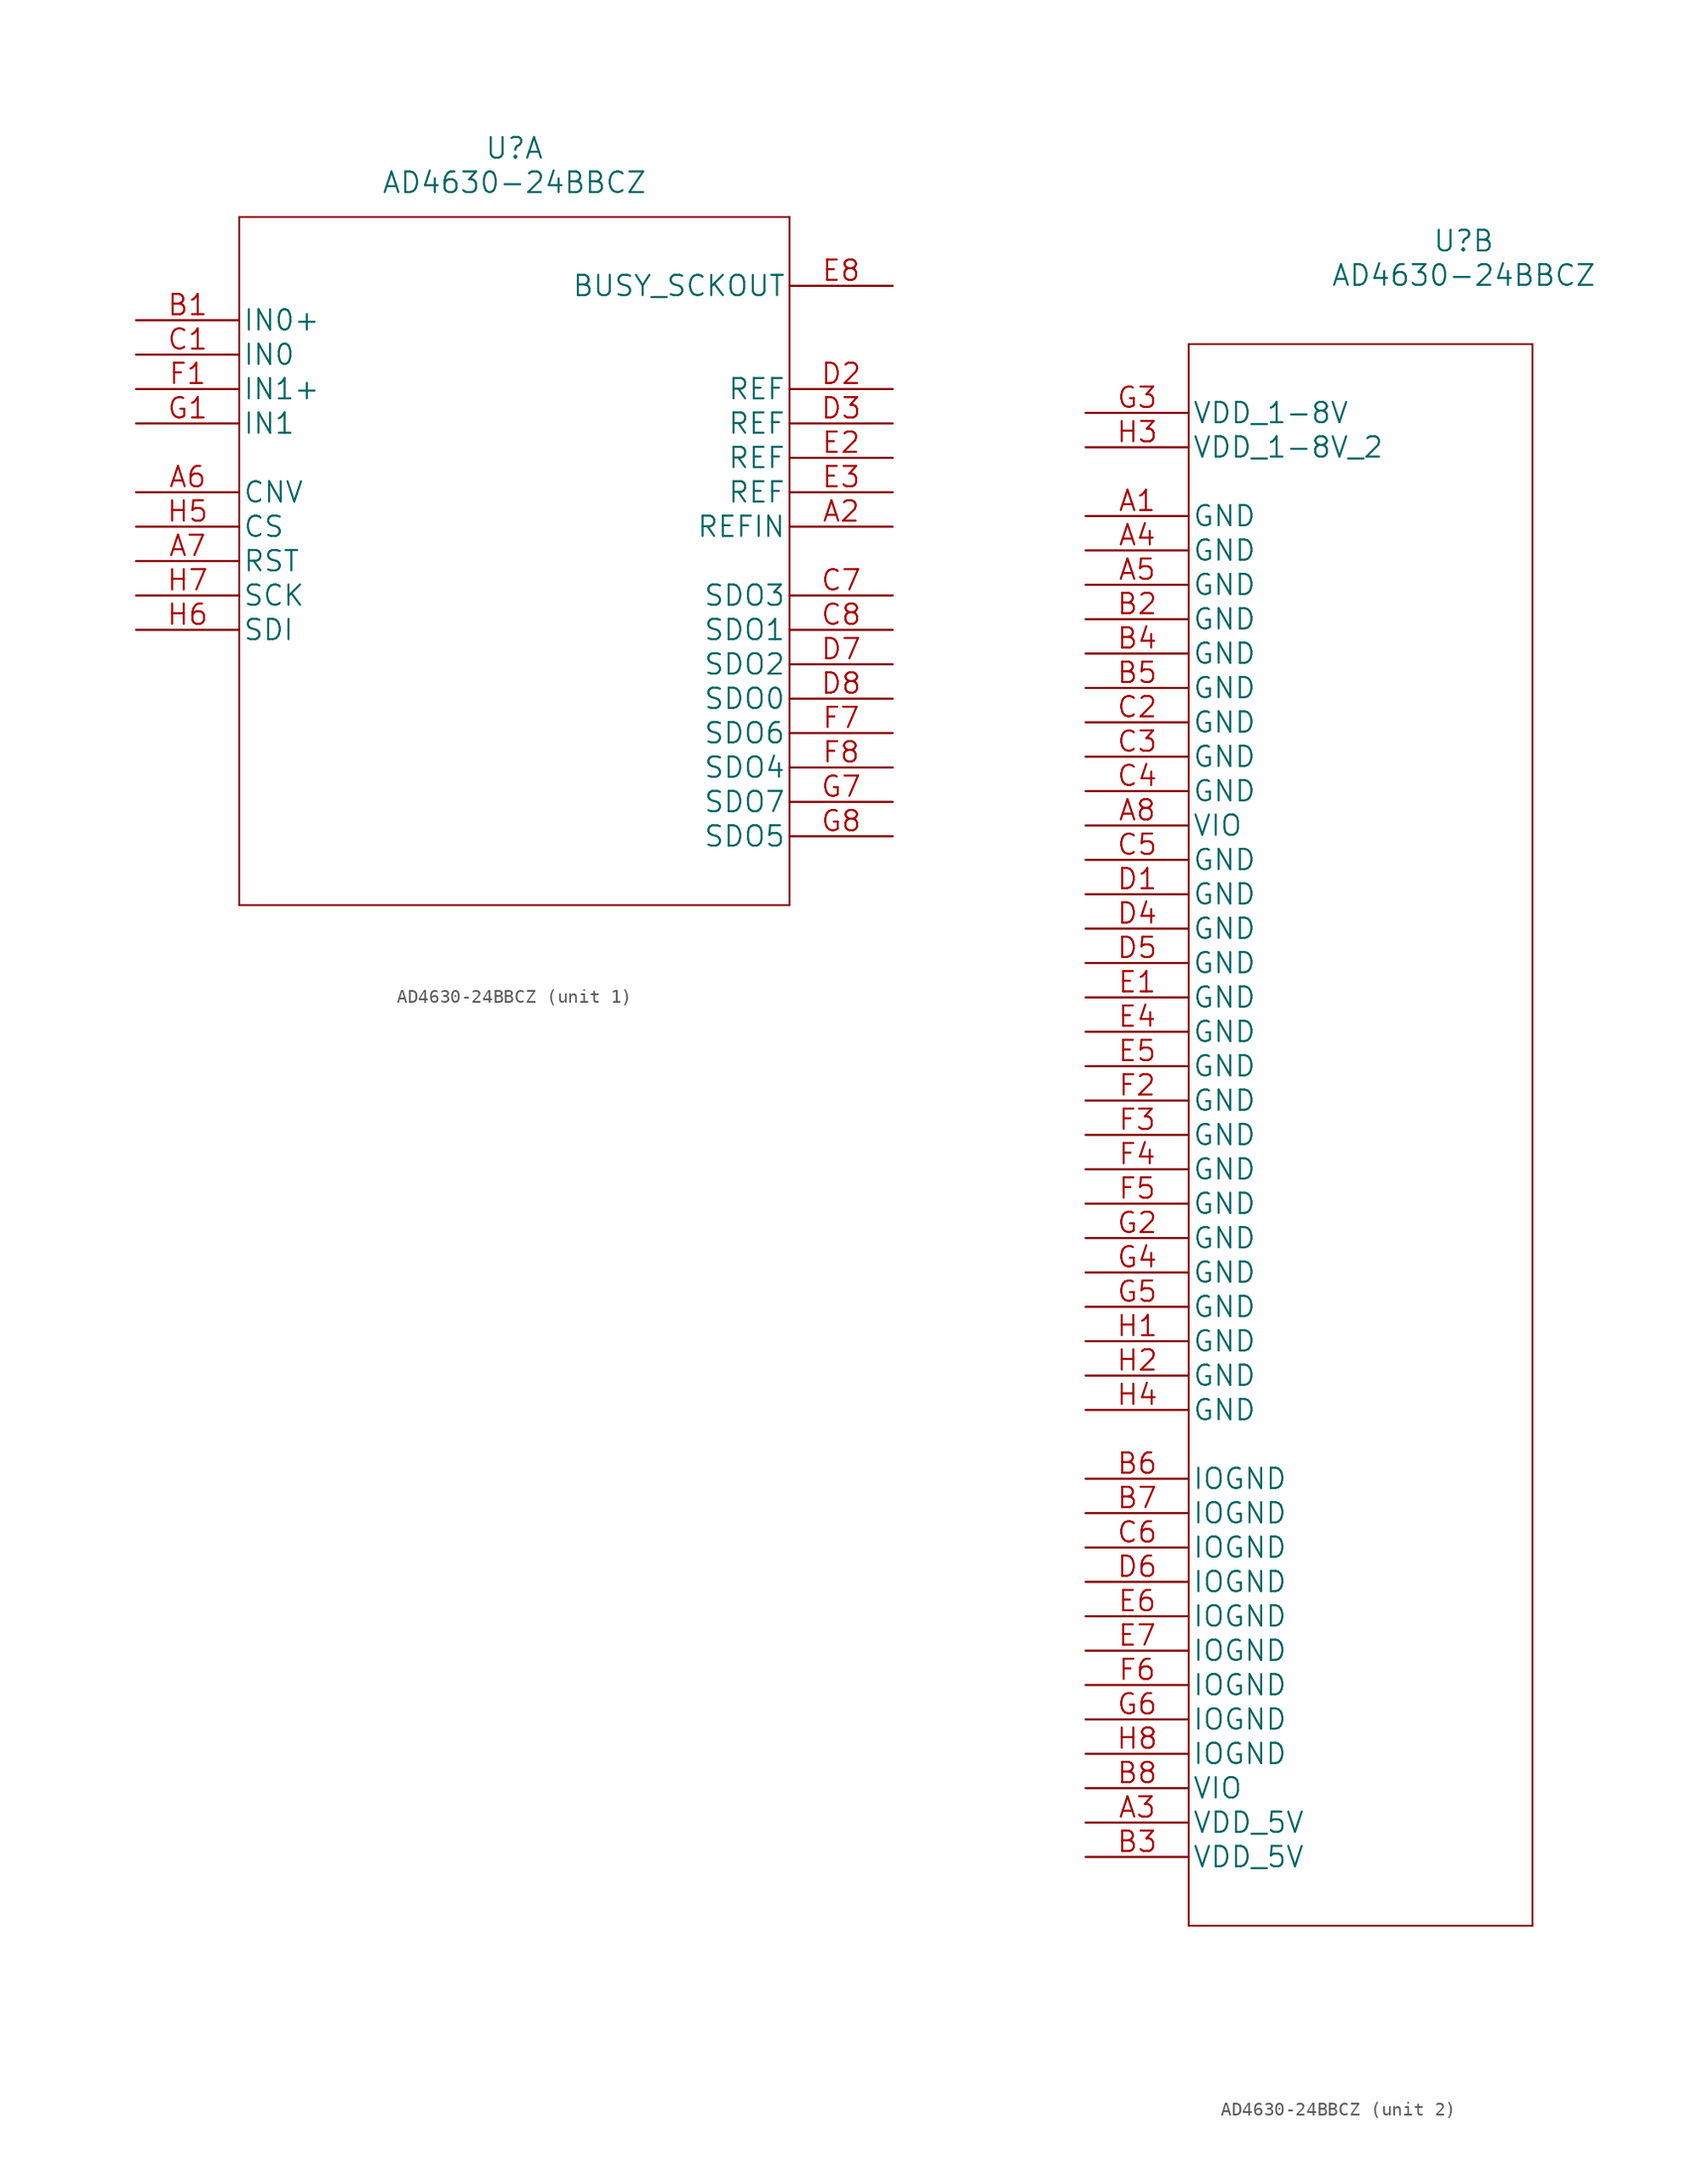
<source format=kicad_sym>
(kicad_symbol_lib
  (version 20211014)
  (generator kicad_symbol_editor)
  (symbol "AD4630-24BBCZ"
    (pin_names
      (offset 0.254))
    (property "Reference" "U"
      (at 27.94 12.7 0)
      (effects (font (size 1.524 1.524))))
    (property "Value" "AD4630-24BBCZ"
      (at 27.94 10.16 0)
      (effects (font (size 1.524 1.524))))
    (property "Datasheet" ""
      (at 0 0 0)
      (effects (font (size 1.524 1.524))))
    (property "ki_locked" ""
      (at 0 0 0)
      (effects (font (size 1.27 1.27))))
    (symbol "AD4630-24BBCZ_1_1"
      (polyline (pts (xy 7.62 -43.18) (xy 48.26 -43.18)) (stroke (width 0.127) (type default) (color 0 0 0 0)) (fill (type none)))
      (polyline (pts (xy 7.62 7.62) (xy 7.62 -43.18)) (stroke (width 0.127) (type default) (color 0 0 0 0)) (fill (type none)))
      (polyline (pts (xy 48.26 -43.18) (xy 48.26 7.62)) (stroke (width 0.127) (type default) (color 0 0 0 0)) (fill (type none)))
      (polyline (pts (xy 48.26 7.62) (xy 7.62 7.62)) (stroke (width 0.127) (type default) (color 0 0 0 0)) (fill (type none)))
      (pin unspecified line (at 55.88 -15.24 180) (length 7.62) (name "REFIN" (effects (font (size 1.499 1.499)))) (number "A2" (effects (font (size 1.499 1.499)))))
      (pin unspecified line (at 0 -12.7 0) (length 7.62) (name "CNV" (effects (font (size 1.499 1.499)))) (number "A6" (effects (font (size 1.499 1.499)))))
      (pin unspecified line (at 0 -17.78 0) (length 7.62) (name "RST" (effects (font (size 1.499 1.499)))) (number "A7" (effects (font (size 1.499 1.499)))))
      (pin unspecified line (at 0 0 0) (length 7.62) (name "IN0+" (effects (font (size 1.499 1.499)))) (number "B1" (effects (font (size 1.499 1.499)))))
      (pin unspecified line (at 0 -2.54 0) (length 7.62) (name "IN0" (effects (font (size 1.499 1.499)))) (number "C1" (effects (font (size 1.499 1.499)))))
      (pin unspecified line (at 55.88 -20.32 180) (length 7.62) (name "SDO3" (effects (font (size 1.499 1.499)))) (number "C7" (effects (font (size 1.499 1.499)))))
      (pin unspecified line (at 55.88 -22.86 180) (length 7.62) (name "SDO1" (effects (font (size 1.499 1.499)))) (number "C8" (effects (font (size 1.499 1.499)))))
      (pin unspecified line (at 55.88 -5.08 180) (length 7.62) (name "REF" (effects (font (size 1.499 1.499)))) (number "D2" (effects (font (size 1.499 1.499)))))
      (pin unspecified line (at 55.88 -7.62 180) (length 7.62) (name "REF" (effects (font (size 1.499 1.499)))) (number "D3" (effects (font (size 1.499 1.499)))))
      (pin unspecified line (at 55.88 -25.4 180) (length 7.62) (name "SDO2" (effects (font (size 1.499 1.499)))) (number "D7" (effects (font (size 1.499 1.499)))))
      (pin unspecified line (at 55.88 -27.94 180) (length 7.62) (name "SDO0" (effects (font (size 1.499 1.499)))) (number "D8" (effects (font (size 1.499 1.499)))))
      (pin unspecified line (at 55.88 -10.16 180) (length 7.62) (name "REF" (effects (font (size 1.499 1.499)))) (number "E2" (effects (font (size 1.499 1.499)))))
      (pin unspecified line (at 55.88 -12.7 180) (length 7.62) (name "REF" (effects (font (size 1.499 1.499)))) (number "E3" (effects (font (size 1.499 1.499)))))
      (pin unspecified line (at 55.88 2.54 180) (length 7.62) (name "BUSY_SCKOUT" (effects (font (size 1.499 1.499)))) (number "E8" (effects (font (size 1.499 1.499)))))
      (pin unspecified line (at 0 -5.08 0) (length 7.62) (name "IN1+" (effects (font (size 1.499 1.499)))) (number "F1" (effects (font (size 1.499 1.499)))))
      (pin unspecified line (at 55.88 -30.48 180) (length 7.62) (name "SDO6" (effects (font (size 1.499 1.499)))) (number "F7" (effects (font (size 1.499 1.499)))))
      (pin unspecified line (at 55.88 -33.02 180) (length 7.62) (name "SDO4" (effects (font (size 1.499 1.499)))) (number "F8" (effects (font (size 1.499 1.499)))))
      (pin unspecified line (at 0 -7.62 0) (length 7.62) (name "IN1" (effects (font (size 1.499 1.499)))) (number "G1" (effects (font (size 1.499 1.499)))))
      (pin unspecified line (at 55.88 -35.56 180) (length 7.62) (name "SDO7" (effects (font (size 1.499 1.499)))) (number "G7" (effects (font (size 1.499 1.499)))))
      (pin unspecified line (at 55.88 -38.1 180) (length 7.62) (name "SDO5" (effects (font (size 1.499 1.499)))) (number "G8" (effects (font (size 1.499 1.499)))))
      (pin unspecified line (at 0 -15.24 0) (length 7.62) (name "CS" (effects (font (size 1.499 1.499)))) (number "H5" (effects (font (size 1.499 1.499)))))
      (pin unspecified line (at 0 -22.86 0) (length 7.62) (name "SDI" (effects (font (size 1.499 1.499)))) (number "H6" (effects (font (size 1.499 1.499)))))
      (pin unspecified line (at 0 -20.32 0) (length 7.62) (name "SCK" (effects (font (size 1.499 1.499)))) (number "H7" (effects (font (size 1.499 1.499))))))
    (symbol "AD4630-24BBCZ_2_1"
      (polyline (pts (xy 7.62 -111.76) (xy 33.02 -111.76)) (stroke (width 0.127) (type default) (color 0 0 0 0)) (fill (type none)))
      (polyline (pts (xy 7.62 5.08) (xy 7.62 -111.76)) (stroke (width 0.127) (type default) (color 0 0 0 0)) (fill (type none)))
      (polyline (pts (xy 33.02 -111.76) (xy 33.02 5.08)) (stroke (width 0.127) (type default) (color 0 0 0 0)) (fill (type none)))
      (polyline (pts (xy 33.02 5.08) (xy 7.62 5.08)) (stroke (width 0.127) (type default) (color 0 0 0 0)) (fill (type none)))
      (pin unspecified line (at 0 -7.62 0) (length 7.62) (name "GND" (effects (font (size 1.499 1.499)))) (number "A1" (effects (font (size 1.499 1.499)))))
      (pin unspecified line (at 0 -104.14 0) (length 7.62) (name "VDD_5V" (effects (font (size 1.499 1.499)))) (number "A3" (effects (font (size 1.499 1.499)))))
      (pin unspecified line (at 0 -10.16 0) (length 7.62) (name "GND" (effects (font (size 1.499 1.499)))) (number "A4" (effects (font (size 1.499 1.499)))))
      (pin unspecified line (at 0 -12.7 0) (length 7.62) (name "GND" (effects (font (size 1.499 1.499)))) (number "A5" (effects (font (size 1.499 1.499)))))
      (pin unspecified line (at 0 -30.48 0) (length 7.62) (name "VIO" (effects (font (size 1.499 1.499)))) (number "A8" (effects (font (size 1.499 1.499)))))
      (pin unspecified line (at 0 -15.24 0) (length 7.62) (name "GND" (effects (font (size 1.499 1.499)))) (number "B2" (effects (font (size 1.499 1.499)))))
      (pin unspecified line (at 0 -106.68 0) (length 7.62) (name "VDD_5V" (effects (font (size 1.499 1.499)))) (number "B3" (effects (font (size 1.499 1.499)))))
      (pin unspecified line (at 0 -17.78 0) (length 7.62) (name "GND" (effects (font (size 1.499 1.499)))) (number "B4" (effects (font (size 1.499 1.499)))))
      (pin unspecified line (at 0 -20.32 0) (length 7.62) (name "GND" (effects (font (size 1.499 1.499)))) (number "B5" (effects (font (size 1.499 1.499)))))
      (pin unspecified line (at 0 -78.74 0) (length 7.62) (name "IOGND" (effects (font (size 1.499 1.499)))) (number "B6" (effects (font (size 1.499 1.499)))))
      (pin unspecified line (at 0 -81.28 0) (length 7.62) (name "IOGND" (effects (font (size 1.499 1.499)))) (number "B7" (effects (font (size 1.499 1.499)))))
      (pin unspecified line (at 0 -101.6 0) (length 7.62) (name "VIO" (effects (font (size 1.499 1.499)))) (number "B8" (effects (font (size 1.499 1.499)))))
      (pin unspecified line (at 0 -22.86 0) (length 7.62) (name "GND" (effects (font (size 1.499 1.499)))) (number "C2" (effects (font (size 1.499 1.499)))))
      (pin unspecified line (at 0 -25.4 0) (length 7.62) (name "GND" (effects (font (size 1.499 1.499)))) (number "C3" (effects (font (size 1.499 1.499)))))
      (pin unspecified line (at 0 -27.94 0) (length 7.62) (name "GND" (effects (font (size 1.499 1.499)))) (number "C4" (effects (font (size 1.499 1.499)))))
      (pin unspecified line (at 0 -33.02 0) (length 7.62) (name "GND" (effects (font (size 1.499 1.499)))) (number "C5" (effects (font (size 1.499 1.499)))))
      (pin unspecified line (at 0 -83.82 0) (length 7.62) (name "IOGND" (effects (font (size 1.499 1.499)))) (number "C6" (effects (font (size 1.499 1.499)))))
      (pin unspecified line (at 0 -35.56 0) (length 7.62) (name "GND" (effects (font (size 1.499 1.499)))) (number "D1" (effects (font (size 1.499 1.499)))))
      (pin unspecified line (at 0 -38.1 0) (length 7.62) (name "GND" (effects (font (size 1.499 1.499)))) (number "D4" (effects (font (size 1.499 1.499)))))
      (pin unspecified line (at 0 -40.64 0) (length 7.62) (name "GND" (effects (font (size 1.499 1.499)))) (number "D5" (effects (font (size 1.499 1.499)))))
      (pin unspecified line (at 0 -86.36 0) (length 7.62) (name "IOGND" (effects (font (size 1.499 1.499)))) (number "D6" (effects (font (size 1.499 1.499)))))
      (pin unspecified line (at 0 -43.18 0) (length 7.62) (name "GND" (effects (font (size 1.499 1.499)))) (number "E1" (effects (font (size 1.499 1.499)))))
      (pin unspecified line (at 0 -45.72 0) (length 7.62) (name "GND" (effects (font (size 1.499 1.499)))) (number "E4" (effects (font (size 1.499 1.499)))))
      (pin unspecified line (at 0 -48.26 0) (length 7.62) (name "GND" (effects (font (size 1.499 1.499)))) (number "E5" (effects (font (size 1.499 1.499)))))
      (pin unspecified line (at 0 -88.9 0) (length 7.62) (name "IOGND" (effects (font (size 1.499 1.499)))) (number "E6" (effects (font (size 1.499 1.499)))))
      (pin unspecified line (at 0 -91.44 0) (length 7.62) (name "IOGND" (effects (font (size 1.499 1.499)))) (number "E7" (effects (font (size 1.499 1.499)))))
      (pin unspecified line (at 0 -50.8 0) (length 7.62) (name "GND" (effects (font (size 1.499 1.499)))) (number "F2" (effects (font (size 1.499 1.499)))))
      (pin unspecified line (at 0 -53.34 0) (length 7.62) (name "GND" (effects (font (size 1.499 1.499)))) (number "F3" (effects (font (size 1.499 1.499)))))
      (pin unspecified line (at 0 -55.88 0) (length 7.62) (name "GND" (effects (font (size 1.499 1.499)))) (number "F4" (effects (font (size 1.499 1.499)))))
      (pin unspecified line (at 0 -58.42 0) (length 7.62) (name "GND" (effects (font (size 1.499 1.499)))) (number "F5" (effects (font (size 1.499 1.499)))))
      (pin unspecified line (at 0 -93.98 0) (length 7.62) (name "IOGND" (effects (font (size 1.499 1.499)))) (number "F6" (effects (font (size 1.499 1.499)))))
      (pin unspecified line (at 0 -60.96 0) (length 7.62) (name "GND" (effects (font (size 1.499 1.499)))) (number "G2" (effects (font (size 1.499 1.499)))))
      (pin unspecified line (at 0 0 0) (length 7.62) (name "VDD_1-8V" (effects (font (size 1.499 1.499)))) (number "G3" (effects (font (size 1.499 1.499)))))
      (pin unspecified line (at 0 -63.5 0) (length 7.62) (name "GND" (effects (font (size 1.499 1.499)))) (number "G4" (effects (font (size 1.499 1.499)))))
      (pin unspecified line (at 0 -66.04 0) (length 7.62) (name "GND" (effects (font (size 1.499 1.499)))) (number "G5" (effects (font (size 1.499 1.499)))))
      (pin unspecified line (at 0 -96.52 0) (length 7.62) (name "IOGND" (effects (font (size 1.499 1.499)))) (number "G6" (effects (font (size 1.499 1.499)))))
      (pin unspecified line (at 0 -68.58 0) (length 7.62) (name "GND" (effects (font (size 1.499 1.499)))) (number "H1" (effects (font (size 1.499 1.499)))))
      (pin unspecified line (at 0 -71.12 0) (length 7.62) (name "GND" (effects (font (size 1.499 1.499)))) (number "H2" (effects (font (size 1.499 1.499)))))
      (pin unspecified line (at 0 -2.54 0) (length 7.62) (name "VDD_1-8V_2" (effects (font (size 1.499 1.499)))) (number "H3" (effects (font (size 1.499 1.499)))))
      (pin unspecified line (at 0 -73.66 0) (length 7.62) (name "GND" (effects (font (size 1.499 1.499)))) (number "H4" (effects (font (size 1.499 1.499)))))
      (pin unspecified line (at 0 -99.06 0) (length 7.62) (name "IOGND" (effects (font (size 1.499 1.499)))) (number "H8" (effects (font (size 1.499 1.499))))))))
</source>
